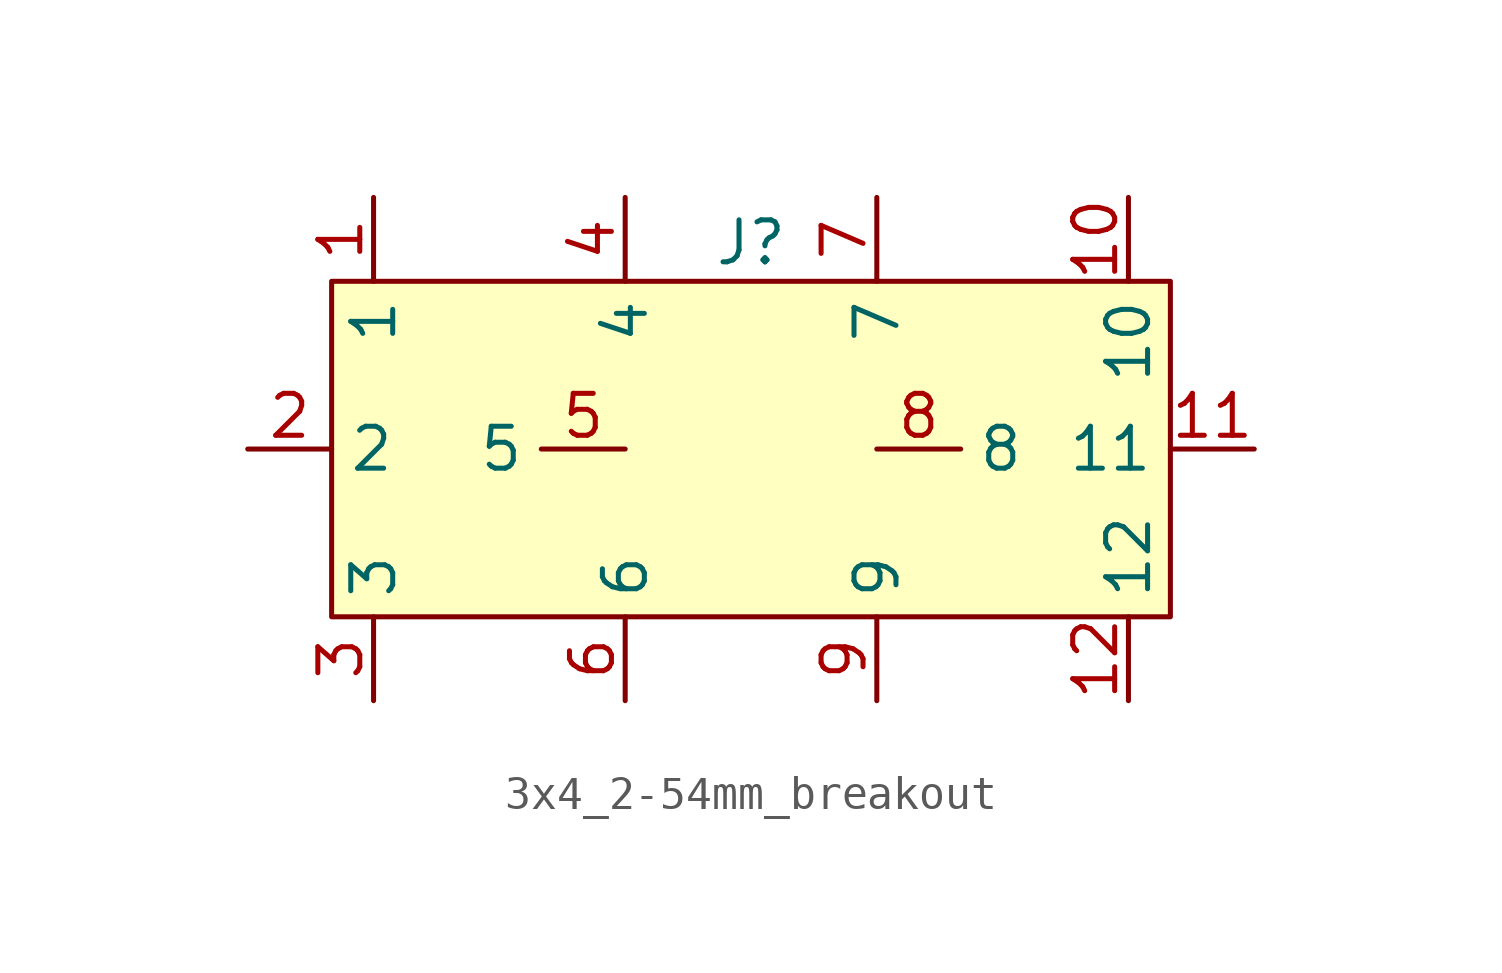
<source format=kicad_sym>
(kicad_symbol_lib
  (version 20231120)
  (generator "kicad_symbol_editor")
  (generator_version "8.0")
  (symbol "3x4_2-54mm_breakout"
    (property "Reference" "J"
      (at 0 6.25 0)
      (effects (font (size 1.27 1.27))))
    (property "Value" ""
      (at 0 0 0)
      (effects (font (size 1.27 1.27))))
    (symbol "3x4_2-54mm_breakout_1_0"
      (pin passive line (at -11.43 7.62 270) (length 2.54) (name "1" (effects (font (size 1.27 1.27)))) (number "1" (effects (font (size 1.27 1.27)))))
      (pin passive line (at 11.43 7.62 270) (length 2.54) (name "10" (effects (font (size 1.27 1.27)))) (number "10" (effects (font (size 1.27 1.27)))))
      (pin passive line (at 15.24 0 180) (length 2.54) (name "11" (effects (font (size 1.27 1.27)))) (number "11" (effects (font (size 1.27 1.27)))))
      (pin passive line (at 11.43 -7.62 90) (length 2.54) (name "12" (effects (font (size 1.27 1.27)))) (number "12" (effects (font (size 1.27 1.27)))))
      (pin passive line (at -15.24 0 0) (length 2.54) (name "2" (effects (font (size 1.27 1.27)))) (number "2" (effects (font (size 1.27 1.27)))))
      (pin passive line (at -11.43 -7.62 90) (length 2.54) (name "3" (effects (font (size 1.27 1.27)))) (number "3" (effects (font (size 1.27 1.27)))))
      (pin passive line (at -3.81 7.62 270) (length 2.54) (name "4" (effects (font (size 1.27 1.27)))) (number "4" (effects (font (size 1.27 1.27)))))
      (pin passive line (at -3.81 0 180) (length 2.54) (name "5" (effects (font (size 1.27 1.27)))) (number "5" (effects (font (size 1.27 1.27)))))
      (pin passive line (at -3.81 -7.62 90) (length 2.54) (name "6" (effects (font (size 1.27 1.27)))) (number "6" (effects (font (size 1.27 1.27)))))
      (pin passive line (at 3.81 7.62 270) (length 2.54) (name "7" (effects (font (size 1.27 1.27)))) (number "7" (effects (font (size 1.27 1.27)))))
      (pin passive line (at 3.81 0 0) (length 2.54) (name "8" (effects (font (size 1.27 1.27)))) (number "8" (effects (font (size 1.27 1.27)))))
      (pin passive line (at 3.81 -7.62 90) (length 2.54) (name "9" (effects (font (size 1.27 1.27)))) (number "9" (effects (font (size 1.27 1.27))))))
    (symbol "3x4_2-54mm_breakout_1_1"
      (rectangle (start -12.7 5.08) (end 12.7 -5.08) (stroke (width 0) (type default)) (fill (type background))))))
</source>
